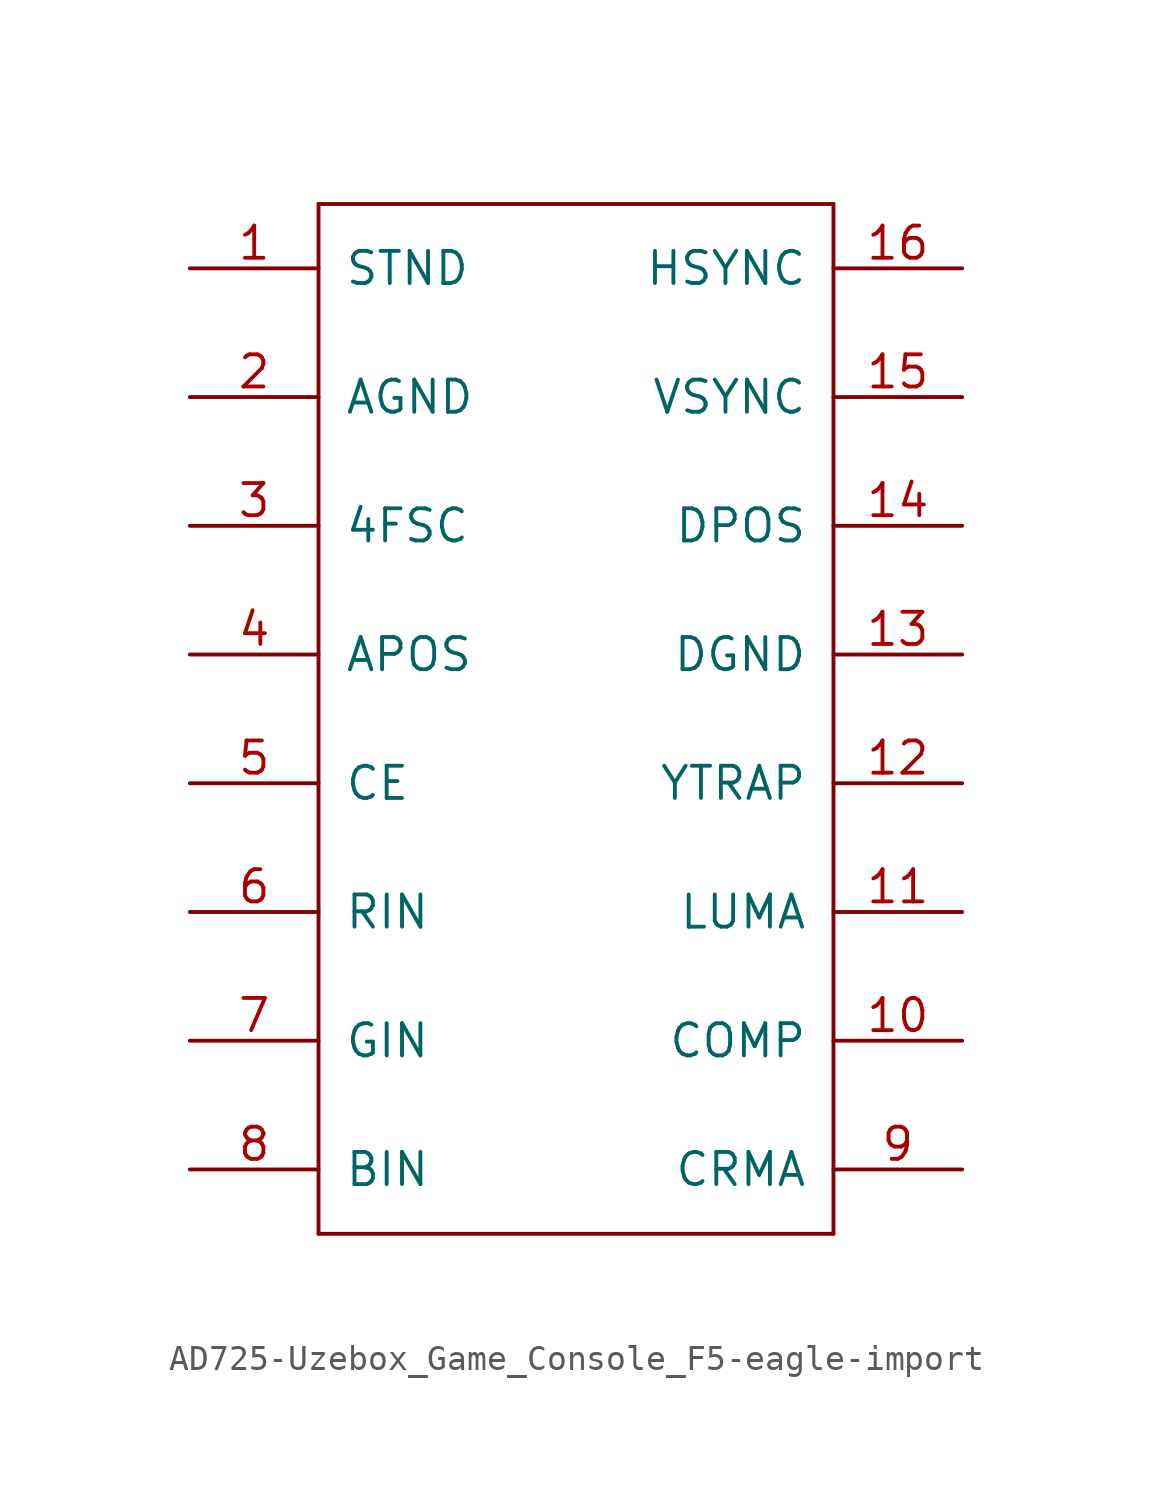
<source format=kicad_sym>
(kicad_symbol_lib
  (version 20231120)
  (generator "kicad_symbol_editor")
  (generator_version "8.0")
  (symbol "AD725-Uzebox_Game_Console_F5-eagle-import"
    (pin_names
      (offset 1.016))
    (property "Reference" ""
      (at 0 0 0)
      (effects (font (size 1.27 1.27)) (hide yes)))
    (property "ki_locked" ""
      (at 0 0 0)
      (effects (font (size 1.27 1.27))))
    (symbol "AD725-Uzebox_Game_Console_F5-eagle-import_1_0"
      (polyline (pts (xy -12.7 -30.48) (xy -12.7 10.16)) (stroke (width 0) (type solid)) (fill (type none)))
      (polyline (pts (xy -12.7 10.16) (xy 7.62 10.16)) (stroke (width 0) (type solid)) (fill (type none)))
      (polyline (pts (xy 7.62 -30.48) (xy -12.7 -30.48)) (stroke (width 0) (type solid)) (fill (type none)))
      (polyline (pts (xy 7.62 10.16) (xy 7.62 -30.48)) (stroke (width 0) (type solid)) (fill (type none)))
      (pin input line (at -17.78 7.62 0) (length 5.08) (name "STND" (effects (font (size 1.27 1.27)))) (number "1" (effects (font (size 1.27 1.27)))))
      (pin output line (at 12.7 -22.86 180) (length 5.08) (name "COMP" (effects (font (size 1.27 1.27)))) (number "10" (effects (font (size 1.27 1.27)))))
      (pin output line (at 12.7 -17.78 180) (length 5.08) (name "LUMA" (effects (font (size 1.27 1.27)))) (number "11" (effects (font (size 1.27 1.27)))))
      (pin output line (at 12.7 -12.7 180) (length 5.08) (name "YTRAP" (effects (font (size 1.27 1.27)))) (number "12" (effects (font (size 1.27 1.27)))))
      (pin passive line (at 12.7 -7.62 180) (length 5.08) (name "DGND" (effects (font (size 1.27 1.27)))) (number "13" (effects (font (size 1.27 1.27)))))
      (pin power_in line (at 12.7 -2.54 180) (length 5.08) (name "DPOS" (effects (font (size 1.27 1.27)))) (number "14" (effects (font (size 1.27 1.27)))))
      (pin input line (at 12.7 2.54 180) (length 5.08) (name "VSYNC" (effects (font (size 1.27 1.27)))) (number "15" (effects (font (size 1.27 1.27)))))
      (pin input line (at 12.7 7.62 180) (length 5.08) (name "HSYNC" (effects (font (size 1.27 1.27)))) (number "16" (effects (font (size 1.27 1.27)))))
      (pin passive line (at -17.78 2.54 0) (length 5.08) (name "AGND" (effects (font (size 1.27 1.27)))) (number "2" (effects (font (size 1.27 1.27)))))
      (pin input line (at -17.78 -2.54 0) (length 5.08) (name "4FSC" (effects (font (size 1.27 1.27)))) (number "3" (effects (font (size 1.27 1.27)))))
      (pin power_in line (at -17.78 -7.62 0) (length 5.08) (name "APOS" (effects (font (size 1.27 1.27)))) (number "4" (effects (font (size 1.27 1.27)))))
      (pin input line (at -17.78 -12.7 0) (length 5.08) (name "CE" (effects (font (size 1.27 1.27)))) (number "5" (effects (font (size 1.27 1.27)))))
      (pin input line (at -17.78 -17.78 0) (length 5.08) (name "RIN" (effects (font (size 1.27 1.27)))) (number "6" (effects (font (size 1.27 1.27)))))
      (pin input line (at -17.78 -22.86 0) (length 5.08) (name "GIN" (effects (font (size 1.27 1.27)))) (number "7" (effects (font (size 1.27 1.27)))))
      (pin input line (at -17.78 -27.94 0) (length 5.08) (name "BIN" (effects (font (size 1.27 1.27)))) (number "8" (effects (font (size 1.27 1.27)))))
      (pin output line (at 12.7 -27.94 180) (length 5.08) (name "CRMA" (effects (font (size 1.27 1.27)))) (number "9" (effects (font (size 1.27 1.27))))))))
</source>
